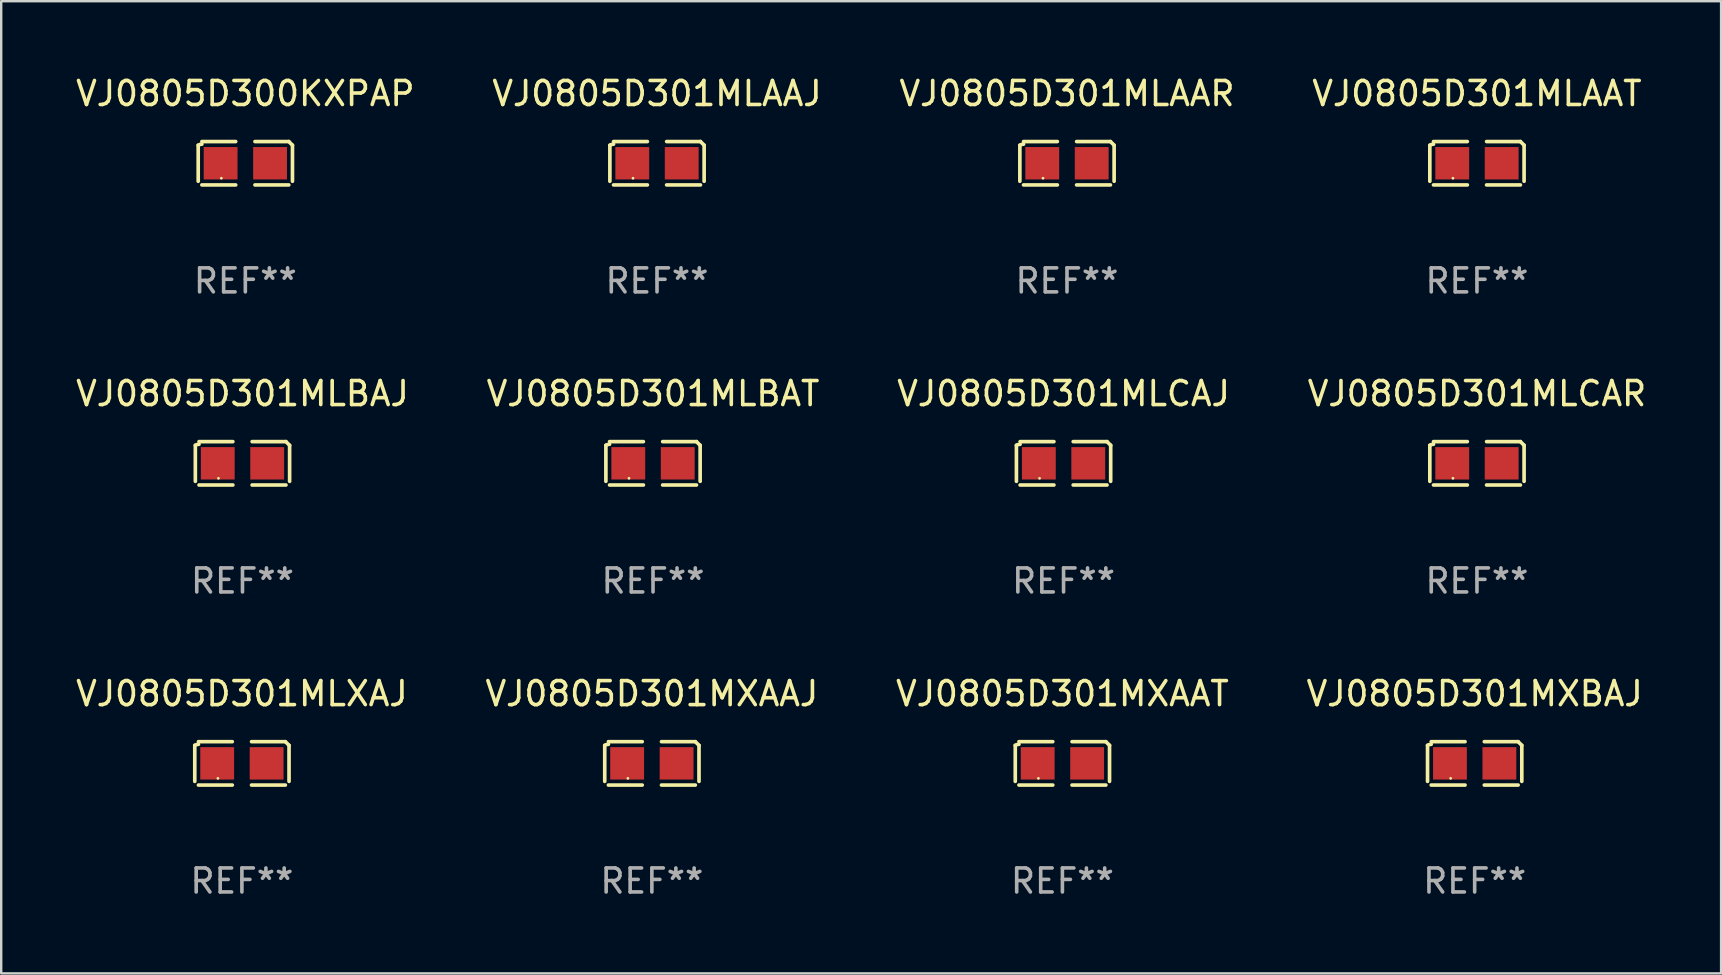
<source format=kicad_pcb>
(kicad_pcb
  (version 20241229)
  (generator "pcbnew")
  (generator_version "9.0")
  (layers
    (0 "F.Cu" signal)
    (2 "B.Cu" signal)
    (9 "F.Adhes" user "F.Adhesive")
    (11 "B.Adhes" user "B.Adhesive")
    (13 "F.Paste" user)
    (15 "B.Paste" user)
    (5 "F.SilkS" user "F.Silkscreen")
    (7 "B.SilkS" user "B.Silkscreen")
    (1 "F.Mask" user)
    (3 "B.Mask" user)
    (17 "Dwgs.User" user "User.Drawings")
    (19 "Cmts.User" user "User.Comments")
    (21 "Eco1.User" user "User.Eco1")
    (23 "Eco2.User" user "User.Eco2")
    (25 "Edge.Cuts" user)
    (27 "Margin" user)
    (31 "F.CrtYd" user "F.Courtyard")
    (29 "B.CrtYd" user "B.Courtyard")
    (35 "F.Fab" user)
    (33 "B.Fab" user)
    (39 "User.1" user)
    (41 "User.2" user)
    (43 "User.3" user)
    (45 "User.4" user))
  (footprint "VJ0805D301MLAAT"
    (layer "F.Cu")
    (at 58.494 3.752)
    (property "Reference" "VJ0805D301MLAAT" (at 0 -2.904 0) (layer "F.SilkS") (effects (font (size 1 1) (thickness 0.15))))
    (attr through_hole)
    (fp_line (start -1.964 0.751) (end -1.964 -0.751) (stroke (width 0.152) (type solid)) (layer "F.SilkS"))
    (fp_line (start -1.811 -0.904) (end -0.401 -0.904) (stroke (width 0.152) (type solid)) (layer "F.SilkS"))
    (fp_line (start -0.401 0.904) (end -1.811 0.904) (stroke (width 0.152) (type solid)) (layer "F.SilkS"))
    (fp_line (start 0.401 0.904) (end 1.811 0.904) (stroke (width 0.152) (type solid)) (layer "F.SilkS"))
    (fp_line (start 1.811 -0.904) (end 0.401 -0.904) (stroke (width 0.152) (type solid)) (layer "F.SilkS"))
    (fp_line (start 1.964 0.751) (end 1.964 -0.751) (stroke (width 0.152) (type solid)) (layer "F.SilkS"))
    (fp_arc (start -1.963602 -0.751207) (mid -1.890354 -0.783131) (end -1.811201 -0.794044) (stroke (width 0.1524) (type solid)) (layer "F.SilkS"))
    (fp_arc (start 1.811202 -0.903607) (mid 1.887413 -0.827418) (end 1.963602 -0.751207) (stroke (width 0.1524) (type solid)) (layer "F.SilkS"))
    (fp_circle (center -1 0.625) (end -0.97 0.625) (stroke (width 0.06) (type solid)) (fill no) (layer "F.SilkS"))
    (fp_text user "REF**" (at 0 4.904 0) (layer "F.Fab") (effects (font (size 1 1) (thickness 0.15))))
    (pad "1" smd rect (at -1.03 0) (size 1.41 1.35) (layers "F.Cu" "F.Mask" "F.Paste"))
    (pad "2" smd rect (at 1.03 0) (size 1.41 1.35) (layers "F.Cu" "F.Mask" "F.Paste")))
  (footprint "VJ0805D301MLBAJ"
    (layer "F.Cu")
    (at 7.054 16.256)
    (property "Reference" "VJ0805D301MLBAJ" (at 0 -2.904 0) (layer "F.SilkS") (effects (font (size 1 1) (thickness 0.15))))
    (attr through_hole)
    (fp_line (start -1.964 0.751) (end -1.964 -0.751) (stroke (width 0.152) (type solid)) (layer "F.SilkS"))
    (fp_line (start -1.811 -0.904) (end -0.401 -0.904) (stroke (width 0.152) (type solid)) (layer "F.SilkS"))
    (fp_line (start -0.401 0.904) (end -1.811 0.904) (stroke (width 0.152) (type solid)) (layer "F.SilkS"))
    (fp_line (start 0.401 0.904) (end 1.811 0.904) (stroke (width 0.152) (type solid)) (layer "F.SilkS"))
    (fp_line (start 1.811 -0.904) (end 0.401 -0.904) (stroke (width 0.152) (type solid)) (layer "F.SilkS"))
    (fp_line (start 1.964 0.751) (end 1.964 -0.751) (stroke (width 0.152) (type solid)) (layer "F.SilkS"))
    (fp_arc (start -1.963602 -0.751207) (mid -1.890354 -0.783131) (end -1.811201 -0.794044) (stroke (width 0.1524) (type solid)) (layer "F.SilkS"))
    (fp_arc (start 1.811202 -0.903607) (mid 1.887413 -0.827418) (end 1.963602 -0.751207) (stroke (width 0.1524) (type solid)) (layer "F.SilkS"))
    (fp_circle (center -1 0.625) (end -0.97 0.625) (stroke (width 0.06) (type solid)) (fill no) (layer "F.SilkS"))
    (fp_text user "REF**" (at 0 4.904 0) (layer "F.Fab") (effects (font (size 1 1) (thickness 0.15))))
    (pad "1" smd rect (at -1.03 0) (size 1.41 1.35) (layers "F.Cu" "F.Mask" "F.Paste"))
    (pad "2" smd rect (at 1.03 0) (size 1.41 1.35) (layers "F.Cu" "F.Mask" "F.Paste")))
  (footprint "VJ0805D301MLCAR"
    (layer "F.Cu")
    (at 58.494 16.256)
    (property "Reference" "VJ0805D301MLCAR" (at 0 -2.904 0) (layer "F.SilkS") (effects (font (size 1 1) (thickness 0.15))))
    (attr through_hole)
    (fp_line (start -1.964 0.751) (end -1.964 -0.751) (stroke (width 0.152) (type solid)) (layer "F.SilkS"))
    (fp_line (start -1.811 -0.904) (end -0.401 -0.904) (stroke (width 0.152) (type solid)) (layer "F.SilkS"))
    (fp_line (start -0.401 0.904) (end -1.811 0.904) (stroke (width 0.152) (type solid)) (layer "F.SilkS"))
    (fp_line (start 0.401 0.904) (end 1.811 0.904) (stroke (width 0.152) (type solid)) (layer "F.SilkS"))
    (fp_line (start 1.811 -0.904) (end 0.401 -0.904) (stroke (width 0.152) (type solid)) (layer "F.SilkS"))
    (fp_line (start 1.964 0.751) (end 1.964 -0.751) (stroke (width 0.152) (type solid)) (layer "F.SilkS"))
    (fp_arc (start -1.963602 -0.751207) (mid -1.890354 -0.783131) (end -1.811201 -0.794044) (stroke (width 0.1524) (type solid)) (layer "F.SilkS"))
    (fp_arc (start 1.811202 -0.903607) (mid 1.887413 -0.827418) (end 1.963602 -0.751207) (stroke (width 0.1524) (type solid)) (layer "F.SilkS"))
    (fp_circle (center -1 0.625) (end -0.97 0.625) (stroke (width 0.06) (type solid)) (fill no) (layer "F.SilkS"))
    (fp_text user "REF**" (at 0 4.904 0) (layer "F.Fab") (effects (font (size 1 1) (thickness 0.15))))
    (pad "1" smd rect (at -1.03 0) (size 1.41 1.35) (layers "F.Cu" "F.Mask" "F.Paste"))
    (pad "2" smd rect (at 1.03 0) (size 1.41 1.35) (layers "F.Cu" "F.Mask" "F.Paste")))
  (footprint "VJ0805D301MXAAT"
    (layer "F.Cu")
    (at 41.22 28.759)
    (property "Reference" "VJ0805D301MXAAT" (at 0 -2.904 0) (layer "F.SilkS") (effects (font (size 1 1) (thickness 0.15))))
    (attr through_hole)
    (fp_line (start -1.964 0.751) (end -1.964 -0.751) (stroke (width 0.152) (type solid)) (layer "F.SilkS"))
    (fp_line (start -1.811 -0.904) (end -0.401 -0.904) (stroke (width 0.152) (type solid)) (layer "F.SilkS"))
    (fp_line (start -0.401 0.904) (end -1.811 0.904) (stroke (width 0.152) (type solid)) (layer "F.SilkS"))
    (fp_line (start 0.401 0.904) (end 1.811 0.904) (stroke (width 0.152) (type solid)) (layer "F.SilkS"))
    (fp_line (start 1.811 -0.904) (end 0.401 -0.904) (stroke (width 0.152) (type solid)) (layer "F.SilkS"))
    (fp_line (start 1.964 0.751) (end 1.964 -0.751) (stroke (width 0.152) (type solid)) (layer "F.SilkS"))
    (fp_arc (start -1.963602 -0.751207) (mid -1.890354 -0.783131) (end -1.811201 -0.794044) (stroke (width 0.1524) (type solid)) (layer "F.SilkS"))
    (fp_arc (start 1.811202 -0.903607) (mid 1.887413 -0.827418) (end 1.963602 -0.751207) (stroke (width 0.1524) (type solid)) (layer "F.SilkS"))
    (fp_circle (center -1 0.625) (end -0.97 0.625) (stroke (width 0.06) (type solid)) (fill no) (layer "F.SilkS"))
    (fp_text user "REF**" (at 0 4.904 0) (layer "F.Fab") (effects (font (size 1 1) (thickness 0.15))))
    (pad "1" smd rect (at -1.03 0) (size 1.41 1.35) (layers "F.Cu" "F.Mask" "F.Paste"))
    (pad "2" smd rect (at 1.03 0) (size 1.41 1.35) (layers "F.Cu" "F.Mask" "F.Paste")))
  (footprint "VJ0805D300KXPAP"
    (layer "F.Cu")
    (at 7.173 3.752)
    (property "Reference" "VJ0805D300KXPAP" (at 0 -2.904 0) (layer "F.SilkS") (effects (font (size 1 1) (thickness 0.15))))
    (attr through_hole)
    (fp_line (start -1.964 0.751) (end -1.964 -0.751) (stroke (width 0.152) (type solid)) (layer "F.SilkS"))
    (fp_line (start -1.811 -0.904) (end -0.401 -0.904) (stroke (width 0.152) (type solid)) (layer "F.SilkS"))
    (fp_line (start -0.401 0.904) (end -1.811 0.904) (stroke (width 0.152) (type solid)) (layer "F.SilkS"))
    (fp_line (start 0.401 0.904) (end 1.811 0.904) (stroke (width 0.152) (type solid)) (layer "F.SilkS"))
    (fp_line (start 1.811 -0.904) (end 0.401 -0.904) (stroke (width 0.152) (type solid)) (layer "F.SilkS"))
    (fp_line (start 1.964 0.751) (end 1.964 -0.751) (stroke (width 0.152) (type solid)) (layer "F.SilkS"))
    (fp_arc (start -1.963602 -0.751207) (mid -1.890354 -0.783131) (end -1.811201 -0.794044) (stroke (width 0.1524) (type solid)) (layer "F.SilkS"))
    (fp_arc (start 1.811202 -0.903607) (mid 1.887413 -0.827418) (end 1.963602 -0.751207) (stroke (width 0.1524) (type solid)) (layer "F.SilkS"))
    (fp_circle (center -1 0.625) (end -0.97 0.625) (stroke (width 0.06) (type solid)) (fill no) (layer "F.SilkS"))
    (fp_text user "REF**" (at 0 4.904 0) (layer "F.Fab") (effects (font (size 1 1) (thickness 0.15))))
    (pad "1" smd rect (at -1.03 0) (size 1.41 1.35) (layers "F.Cu" "F.Mask" "F.Paste"))
    (pad "2" smd rect (at 1.03 0) (size 1.41 1.35) (layers "F.Cu" "F.Mask" "F.Paste")))
  (footprint "VJ0805D301MLBAT"
    (layer "F.Cu")
    (at 24.161 16.256)
    (property "Reference" "VJ0805D301MLBAT" (at 0 -2.904 0) (layer "F.SilkS") (effects (font (size 1 1) (thickness 0.15))))
    (attr through_hole)
    (fp_line (start -1.964 0.751) (end -1.964 -0.751) (stroke (width 0.152) (type solid)) (layer "F.SilkS"))
    (fp_line (start -1.811 -0.904) (end -0.401 -0.904) (stroke (width 0.152) (type solid)) (layer "F.SilkS"))
    (fp_line (start -0.401 0.904) (end -1.811 0.904) (stroke (width 0.152) (type solid)) (layer "F.SilkS"))
    (fp_line (start 0.401 0.904) (end 1.811 0.904) (stroke (width 0.152) (type solid)) (layer "F.SilkS"))
    (fp_line (start 1.811 -0.904) (end 0.401 -0.904) (stroke (width 0.152) (type solid)) (layer "F.SilkS"))
    (fp_line (start 1.964 0.751) (end 1.964 -0.751) (stroke (width 0.152) (type solid)) (layer "F.SilkS"))
    (fp_arc (start -1.963602 -0.751207) (mid -1.890354 -0.783131) (end -1.811201 -0.794044) (stroke (width 0.1524) (type solid)) (layer "F.SilkS"))
    (fp_arc (start 1.811202 -0.903607) (mid 1.887413 -0.827418) (end 1.963602 -0.751207) (stroke (width 0.1524) (type solid)) (layer "F.SilkS"))
    (fp_circle (center -1 0.625) (end -0.97 0.625) (stroke (width 0.06) (type solid)) (fill no) (layer "F.SilkS"))
    (fp_text user "REF**" (at 0 4.904 0) (layer "F.Fab") (effects (font (size 1 1) (thickness 0.15))))
    (pad "1" smd rect (at -1.03 0) (size 1.41 1.35) (layers "F.Cu" "F.Mask" "F.Paste"))
    (pad "2" smd rect (at 1.03 0) (size 1.41 1.35) (layers "F.Cu" "F.Mask" "F.Paste")))
  (footprint "VJ0805D301MLAAR"
    (layer "F.Cu")
    (at 41.411 3.752)
    (property "Reference" "VJ0805D301MLAAR" (at 0 -2.904 0) (layer "F.SilkS") (effects (font (size 1 1) (thickness 0.15))))
    (attr through_hole)
    (fp_line (start -1.964 0.751) (end -1.964 -0.751) (stroke (width 0.152) (type solid)) (layer "F.SilkS"))
    (fp_line (start -1.811 -0.904) (end -0.401 -0.904) (stroke (width 0.152) (type solid)) (layer "F.SilkS"))
    (fp_line (start -0.401 0.904) (end -1.811 0.904) (stroke (width 0.152) (type solid)) (layer "F.SilkS"))
    (fp_line (start 0.401 0.904) (end 1.811 0.904) (stroke (width 0.152) (type solid)) (layer "F.SilkS"))
    (fp_line (start 1.811 -0.904) (end 0.401 -0.904) (stroke (width 0.152) (type solid)) (layer "F.SilkS"))
    (fp_line (start 1.964 0.751) (end 1.964 -0.751) (stroke (width 0.152) (type solid)) (layer "F.SilkS"))
    (fp_arc (start -1.963602 -0.751207) (mid -1.890354 -0.783131) (end -1.811201 -0.794044) (stroke (width 0.1524) (type solid)) (layer "F.SilkS"))
    (fp_arc (start 1.811202 -0.903607) (mid 1.887413 -0.827418) (end 1.963602 -0.751207) (stroke (width 0.1524) (type solid)) (layer "F.SilkS"))
    (fp_circle (center -1 0.625) (end -0.97 0.625) (stroke (width 0.06) (type solid)) (fill no) (layer "F.SilkS"))
    (fp_text user "REF**" (at 0 4.904 0) (layer "F.Fab") (effects (font (size 1 1) (thickness 0.15))))
    (pad "1" smd rect (at -1.03 0) (size 1.41 1.35) (layers "F.Cu" "F.Mask" "F.Paste"))
    (pad "2" smd rect (at 1.03 0) (size 1.41 1.35) (layers "F.Cu" "F.Mask" "F.Paste")))
  (footprint "VJ0805D301MLCAJ"
    (layer "F.Cu")
    (at 41.268 16.256)
    (property "Reference" "VJ0805D301MLCAJ" (at 0 -2.904 0) (layer "F.SilkS") (effects (font (size 1 1) (thickness 0.15))))
    (attr through_hole)
    (fp_line (start -1.964 0.751) (end -1.964 -0.751) (stroke (width 0.152) (type solid)) (layer "F.SilkS"))
    (fp_line (start -1.811 -0.904) (end -0.401 -0.904) (stroke (width 0.152) (type solid)) (layer "F.SilkS"))
    (fp_line (start -0.401 0.904) (end -1.811 0.904) (stroke (width 0.152) (type solid)) (layer "F.SilkS"))
    (fp_line (start 0.401 0.904) (end 1.811 0.904) (stroke (width 0.152) (type solid)) (layer "F.SilkS"))
    (fp_line (start 1.811 -0.904) (end 0.401 -0.904) (stroke (width 0.152) (type solid)) (layer "F.SilkS"))
    (fp_line (start 1.964 0.751) (end 1.964 -0.751) (stroke (width 0.152) (type solid)) (layer "F.SilkS"))
    (fp_arc (start -1.963602 -0.751207) (mid -1.890354 -0.783131) (end -1.811201 -0.794044) (stroke (width 0.1524) (type solid)) (layer "F.SilkS"))
    (fp_arc (start 1.811202 -0.903607) (mid 1.887413 -0.827418) (end 1.963602 -0.751207) (stroke (width 0.1524) (type solid)) (layer "F.SilkS"))
    (fp_circle (center -1 0.625) (end -0.97 0.625) (stroke (width 0.06) (type solid)) (fill no) (layer "F.SilkS"))
    (fp_text user "REF**" (at 0 4.904 0) (layer "F.Fab") (effects (font (size 1 1) (thickness 0.15))))
    (pad "1" smd rect (at -1.03 0) (size 1.41 1.35) (layers "F.Cu" "F.Mask" "F.Paste"))
    (pad "2" smd rect (at 1.03 0) (size 1.41 1.35) (layers "F.Cu" "F.Mask" "F.Paste")))
  (footprint "VJ0805D301MXAAJ"
    (layer "F.Cu")
    (at 24.113 28.759)
    (property "Reference" "VJ0805D301MXAAJ" (at 0 -2.904 0) (layer "F.SilkS") (effects (font (size 1 1) (thickness 0.15))))
    (attr through_hole)
    (fp_line (start -1.964 0.751) (end -1.964 -0.751) (stroke (width 0.152) (type solid)) (layer "F.SilkS"))
    (fp_line (start -1.811 -0.904) (end -0.401 -0.904) (stroke (width 0.152) (type solid)) (layer "F.SilkS"))
    (fp_line (start -0.401 0.904) (end -1.811 0.904) (stroke (width 0.152) (type solid)) (layer "F.SilkS"))
    (fp_line (start 0.401 0.904) (end 1.811 0.904) (stroke (width 0.152) (type solid)) (layer "F.SilkS"))
    (fp_line (start 1.811 -0.904) (end 0.401 -0.904) (stroke (width 0.152) (type solid)) (layer "F.SilkS"))
    (fp_line (start 1.964 0.751) (end 1.964 -0.751) (stroke (width 0.152) (type solid)) (layer "F.SilkS"))
    (fp_arc (start -1.963602 -0.751207) (mid -1.890354 -0.783131) (end -1.811201 -0.794044) (stroke (width 0.1524) (type solid)) (layer "F.SilkS"))
    (fp_arc (start 1.811202 -0.903607) (mid 1.887413 -0.827418) (end 1.963602 -0.751207) (stroke (width 0.1524) (type solid)) (layer "F.SilkS"))
    (fp_circle (center -1 0.625) (end -0.97 0.625) (stroke (width 0.06) (type solid)) (fill no) (layer "F.SilkS"))
    (fp_text user "REF**" (at 0 4.904 0) (layer "F.Fab") (effects (font (size 1 1) (thickness 0.15))))
    (pad "1" smd rect (at -1.03 0) (size 1.41 1.35) (layers "F.Cu" "F.Mask" "F.Paste"))
    (pad "2" smd rect (at 1.03 0) (size 1.41 1.35) (layers "F.Cu" "F.Mask" "F.Paste")))
  (footprint "VJ0805D301MLAAJ"
    (layer "F.Cu")
    (at 24.327 3.752)
    (property "Reference" "VJ0805D301MLAAJ" (at 0 -2.904 0) (layer "F.SilkS") (effects (font (size 1 1) (thickness 0.15))))
    (attr through_hole)
    (fp_line (start -1.964 0.751) (end -1.964 -0.751) (stroke (width 0.152) (type solid)) (layer "F.SilkS"))
    (fp_line (start -1.811 -0.904) (end -0.401 -0.904) (stroke (width 0.152) (type solid)) (layer "F.SilkS"))
    (fp_line (start -0.401 0.904) (end -1.811 0.904) (stroke (width 0.152) (type solid)) (layer "F.SilkS"))
    (fp_line (start 0.401 0.904) (end 1.811 0.904) (stroke (width 0.152) (type solid)) (layer "F.SilkS"))
    (fp_line (start 1.811 -0.904) (end 0.401 -0.904) (stroke (width 0.152) (type solid)) (layer "F.SilkS"))
    (fp_line (start 1.964 0.751) (end 1.964 -0.751) (stroke (width 0.152) (type solid)) (layer "F.SilkS"))
    (fp_arc (start -1.963602 -0.751207) (mid -1.890354 -0.783131) (end -1.811201 -0.794044) (stroke (width 0.1524) (type solid)) (layer "F.SilkS"))
    (fp_arc (start 1.811202 -0.903607) (mid 1.887413 -0.827418) (end 1.963602 -0.751207) (stroke (width 0.1524) (type solid)) (layer "F.SilkS"))
    (fp_circle (center -1 0.625) (end -0.97 0.625) (stroke (width 0.06) (type solid)) (fill no) (layer "F.SilkS"))
    (fp_text user "REF**" (at 0 4.904 0) (layer "F.Fab") (effects (font (size 1 1) (thickness 0.15))))
    (pad "1" smd rect (at -1.03 0) (size 1.41 1.35) (layers "F.Cu" "F.Mask" "F.Paste"))
    (pad "2" smd rect (at 1.03 0) (size 1.41 1.35) (layers "F.Cu" "F.Mask" "F.Paste")))
  (footprint "VJ0805D301MLXAJ"
    (layer "F.Cu")
    (at 7.03 28.759)
    (property "Reference" "VJ0805D301MLXAJ" (at 0 -2.904 0) (layer "F.SilkS") (effects (font (size 1 1) (thickness 0.15))))
    (attr through_hole)
    (fp_line (start -1.964 0.751) (end -1.964 -0.751) (stroke (width 0.152) (type solid)) (layer "F.SilkS"))
    (fp_line (start -1.811 -0.904) (end -0.401 -0.904) (stroke (width 0.152) (type solid)) (layer "F.SilkS"))
    (fp_line (start -0.401 0.904) (end -1.811 0.904) (stroke (width 0.152) (type solid)) (layer "F.SilkS"))
    (fp_line (start 0.401 0.904) (end 1.811 0.904) (stroke (width 0.152) (type solid)) (layer "F.SilkS"))
    (fp_line (start 1.811 -0.904) (end 0.401 -0.904) (stroke (width 0.152) (type solid)) (layer "F.SilkS"))
    (fp_line (start 1.964 0.751) (end 1.964 -0.751) (stroke (width 0.152) (type solid)) (layer "F.SilkS"))
    (fp_arc (start -1.963602 -0.751207) (mid -1.890354 -0.783131) (end -1.811201 -0.794044) (stroke (width 0.1524) (type solid)) (layer "F.SilkS"))
    (fp_arc (start 1.811202 -0.903607) (mid 1.887413 -0.827418) (end 1.963602 -0.751207) (stroke (width 0.1524) (type solid)) (layer "F.SilkS"))
    (fp_circle (center -1 0.625) (end -0.97 0.625) (stroke (width 0.06) (type solid)) (fill no) (layer "F.SilkS"))
    (fp_text user "REF**" (at 0 4.904 0) (layer "F.Fab") (effects (font (size 1 1) (thickness 0.15))))
    (pad "1" smd rect (at -1.03 0) (size 1.41 1.35) (layers "F.Cu" "F.Mask" "F.Paste"))
    (pad "2" smd rect (at 1.03 0) (size 1.41 1.35) (layers "F.Cu" "F.Mask" "F.Paste")))
  (footprint "VJ0805D301MXBAJ"
    (layer "F.Cu")
    (at 58.399 28.759)
    (property "Reference" "VJ0805D301MXBAJ" (at 0 -2.904 0) (layer "F.SilkS") (effects (font (size 1 1) (thickness 0.15))))
    (attr through_hole)
    (fp_line (start -1.964 0.751) (end -1.964 -0.751) (stroke (width 0.152) (type solid)) (layer "F.SilkS"))
    (fp_line (start -1.811 -0.904) (end -0.401 -0.904) (stroke (width 0.152) (type solid)) (layer "F.SilkS"))
    (fp_line (start -0.401 0.904) (end -1.811 0.904) (stroke (width 0.152) (type solid)) (layer "F.SilkS"))
    (fp_line (start 0.401 0.904) (end 1.811 0.904) (stroke (width 0.152) (type solid)) (layer "F.SilkS"))
    (fp_line (start 1.811 -0.904) (end 0.401 -0.904) (stroke (width 0.152) (type solid)) (layer "F.SilkS"))
    (fp_line (start 1.964 0.751) (end 1.964 -0.751) (stroke (width 0.152) (type solid)) (layer "F.SilkS"))
    (fp_arc (start -1.963602 -0.751207) (mid -1.890354 -0.783131) (end -1.811201 -0.794044) (stroke (width 0.1524) (type solid)) (layer "F.SilkS"))
    (fp_arc (start 1.811202 -0.903607) (mid 1.887413 -0.827418) (end 1.963602 -0.751207) (stroke (width 0.1524) (type solid)) (layer "F.SilkS"))
    (fp_circle (center -1 0.625) (end -0.97 0.625) (stroke (width 0.06) (type solid)) (fill no) (layer "F.SilkS"))
    (fp_text user "REF**" (at 0 4.904 0) (layer "F.Fab") (effects (font (size 1 1) (thickness 0.15))))
    (pad "1" smd rect (at -1.03 0) (size 1.41 1.35) (layers "F.Cu" "F.Mask" "F.Paste"))
    (pad "2" smd rect (at 1.03 0) (size 1.41 1.35) (layers "F.Cu" "F.Mask" "F.Paste")))
  (gr_rect
    (start -3 -3)
    (end 68.667 37.511)
    (stroke (width 0.1) (type default))
    (fill no)
    (layer "Edge.Cuts")))
</source>
